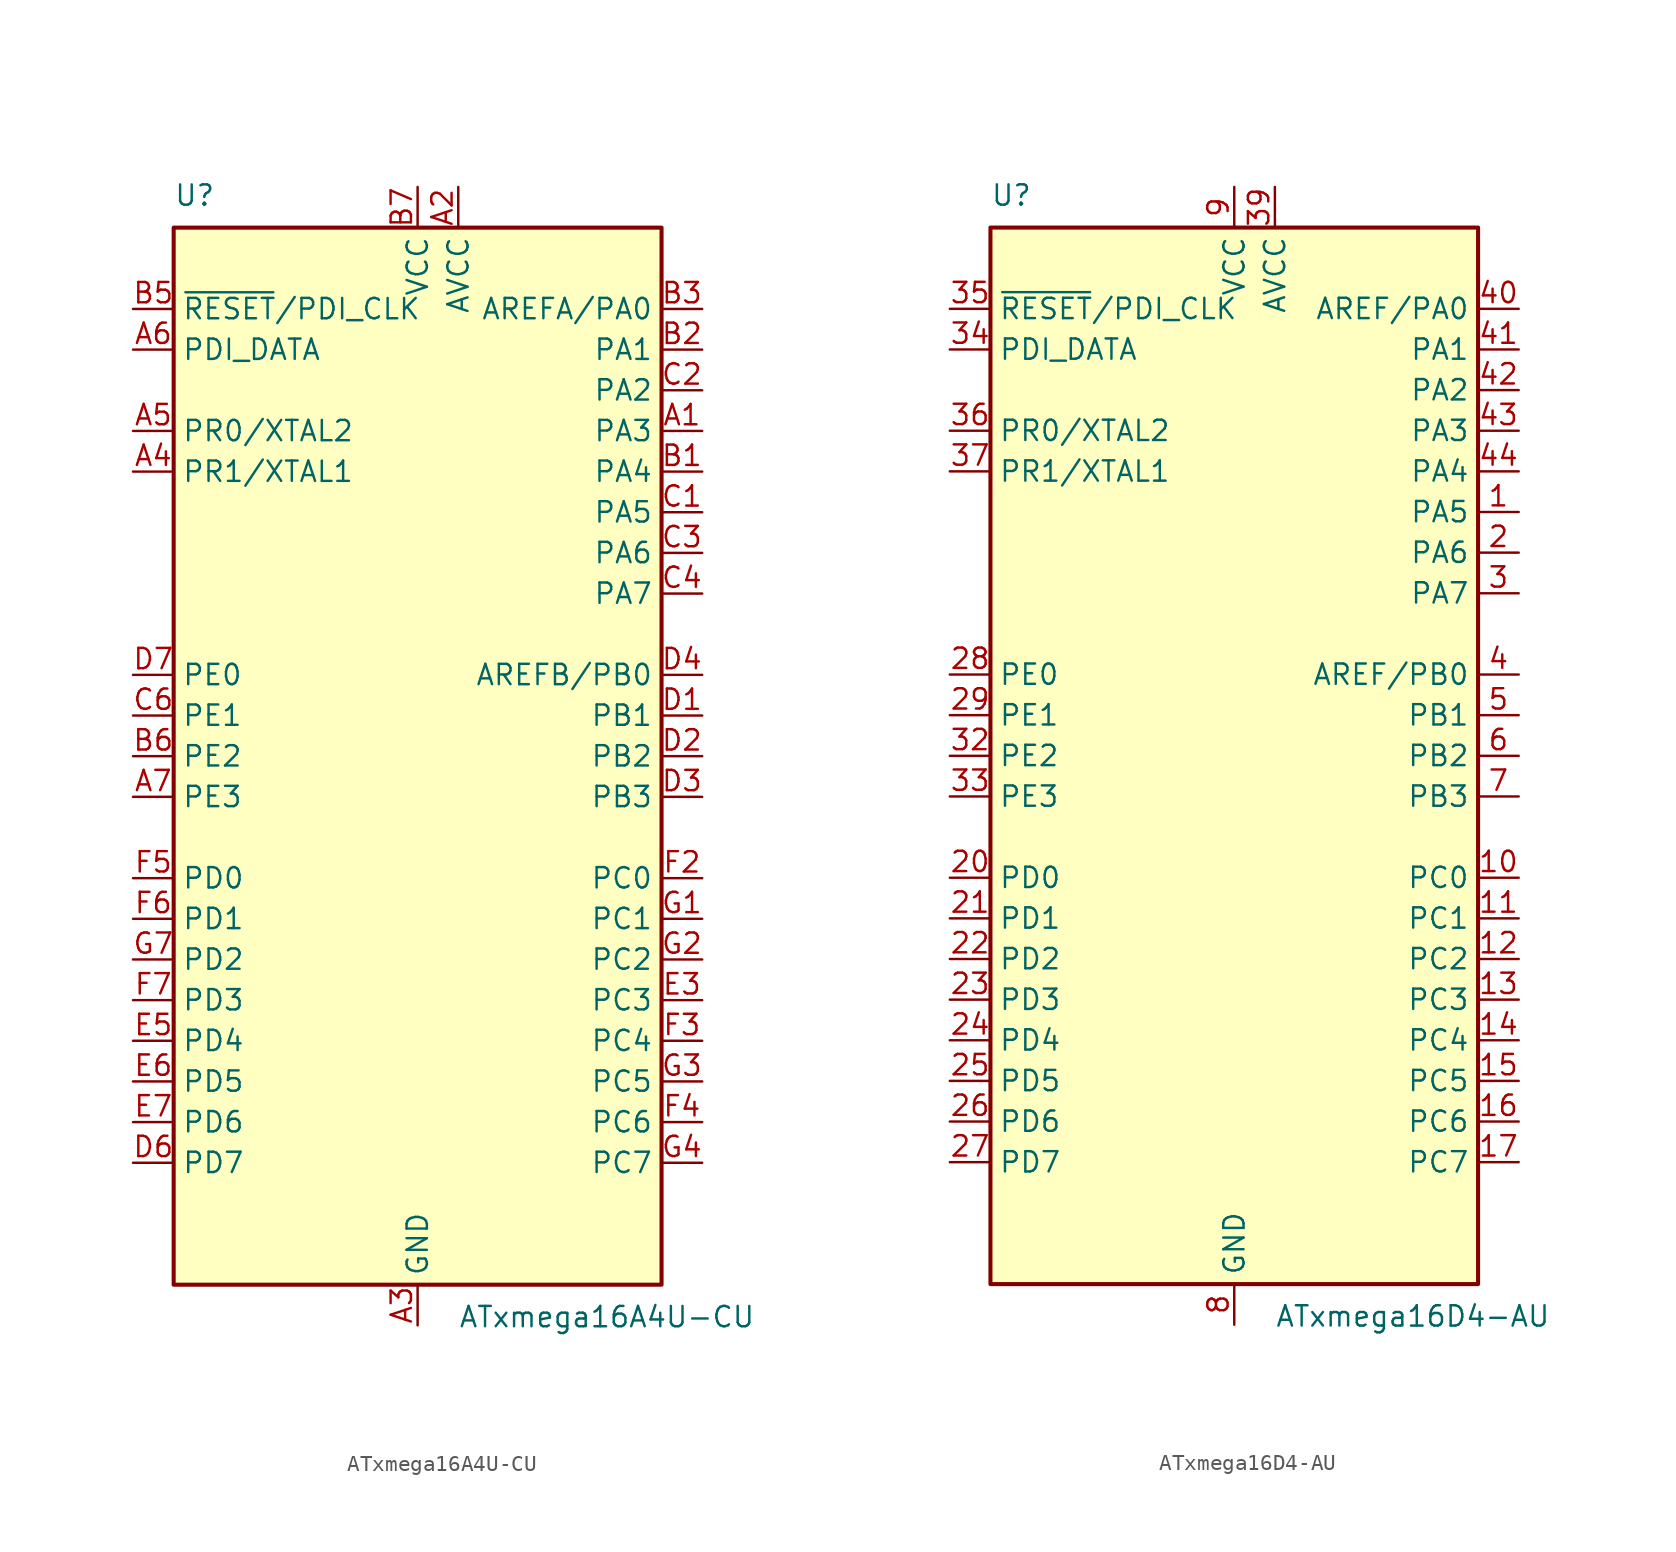
<source format=kicad_sym>
(kicad_symbol_lib
  (version 20201005)
  (generator kicad_symbol_editor)
  (symbol "ATxmega16A4U-CU"
    (property "Reference" "U"
      (at -15.24 34.29 0)
      (effects (font (size 1.27 1.27)) (justify left bottom)))
    (property "Value" "ATxmega16A4U-CU"
      (at 2.54 -34.29 0)
      (effects (font (size 1.27 1.27)) (justify left top)))
    (symbol "ATxmega16A4U-CU_0_1"
      (rectangle (start -15.24 -33.02) (end 15.24 33.02) (stroke (width 0.254)) (fill (type background))))
    (symbol "ATxmega16A4U-CU_1_1"
      (pin tri_state line (at 17.78 20.32 180) (length 2.54) (name "PA3" (effects (font (size 1.27 1.27)))) (number "A1" (effects (font (size 1.27 1.27)))))
      (pin power_in line (at 2.54 35.56 270) (length 2.54) (name "AVCC" (effects (font (size 1.27 1.27)))) (number "A2" (effects (font (size 1.27 1.27)))))
      (pin power_in line (at 0 -35.56 90) (length 2.54) (name "GND" (effects (font (size 1.27 1.27)))) (number "A3" (effects (font (size 1.27 1.27)))))
      (pin tri_state line (at -17.78 17.78 0) (length 2.54) (name "PR1/XTAL1" (effects (font (size 1.27 1.27)))) (number "A4" (effects (font (size 1.27 1.27)))))
      (pin tri_state line (at -17.78 20.32 0) (length 2.54) (name "PR0/XTAL2" (effects (font (size 1.27 1.27)))) (number "A5" (effects (font (size 1.27 1.27)))))
      (pin bidirectional line (at -17.78 25.4 0) (length 2.54) (name "PDI_DATA" (effects (font (size 1.27 1.27)))) (number "A6" (effects (font (size 1.27 1.27)))))
      (pin tri_state line (at -17.78 -2.54 0) (length 2.54) (name "PE3" (effects (font (size 1.27 1.27)))) (number "A7" (effects (font (size 1.27 1.27)))))
      (pin tri_state line (at 17.78 17.78 180) (length 2.54) (name "PA4" (effects (font (size 1.27 1.27)))) (number "B1" (effects (font (size 1.27 1.27)))))
      (pin tri_state line (at 17.78 25.4 180) (length 2.54) (name "PA1" (effects (font (size 1.27 1.27)))) (number "B2" (effects (font (size 1.27 1.27)))))
      (pin tri_state line (at 17.78 27.94 180) (length 2.54) (name "AREFA/PA0" (effects (font (size 1.27 1.27)))) (number "B3" (effects (font (size 1.27 1.27)))))
      (pin passive line (at 0 -35.56 90) (length 2.54) hide (name "GND" (effects (font (size 1.27 1.27)))) (number "B4" (effects (font (size 1.27 1.27)))))
      (pin input line (at -17.78 27.94 0) (length 2.54) (name "~RESET~/PDI_CLK" (effects (font (size 1.27 1.27)))) (number "B5" (effects (font (size 1.27 1.27)))))
      (pin tri_state line (at -17.78 0 0) (length 2.54) (name "PE2" (effects (font (size 1.27 1.27)))) (number "B6" (effects (font (size 1.27 1.27)))))
      (pin power_in line (at 0 35.56 270) (length 2.54) (name "VCC" (effects (font (size 1.27 1.27)))) (number "B7" (effects (font (size 1.27 1.27)))))
      (pin tri_state line (at 17.78 15.24 180) (length 2.54) (name "PA5" (effects (font (size 1.27 1.27)))) (number "C1" (effects (font (size 1.27 1.27)))))
      (pin tri_state line (at 17.78 22.86 180) (length 2.54) (name "PA2" (effects (font (size 1.27 1.27)))) (number "C2" (effects (font (size 1.27 1.27)))))
      (pin tri_state line (at 17.78 12.7 180) (length 2.54) (name "PA6" (effects (font (size 1.27 1.27)))) (number "C3" (effects (font (size 1.27 1.27)))))
      (pin tri_state line (at 17.78 10.16 180) (length 2.54) (name "PA7" (effects (font (size 1.27 1.27)))) (number "C4" (effects (font (size 1.27 1.27)))))
      (pin passive line (at 0 -35.56 90) (length 2.54) hide (name "GND" (effects (font (size 1.27 1.27)))) (number "C5" (effects (font (size 1.27 1.27)))))
      (pin tri_state line (at -17.78 2.54 0) (length 2.54) (name "PE1" (effects (font (size 1.27 1.27)))) (number "C6" (effects (font (size 1.27 1.27)))))
      (pin passive line (at 0 -35.56 90) (length 2.54) hide (name "GND" (effects (font (size 1.27 1.27)))) (number "C7" (effects (font (size 1.27 1.27)))))
      (pin tri_state line (at 17.78 2.54 180) (length 2.54) (name "PB1" (effects (font (size 1.27 1.27)))) (number "D1" (effects (font (size 1.27 1.27)))))
      (pin tri_state line (at 17.78 0 180) (length 2.54) (name "PB2" (effects (font (size 1.27 1.27)))) (number "D2" (effects (font (size 1.27 1.27)))))
      (pin tri_state line (at 17.78 -2.54 180) (length 2.54) (name "PB3" (effects (font (size 1.27 1.27)))) (number "D3" (effects (font (size 1.27 1.27)))))
      (pin tri_state line (at 17.78 5.08 180) (length 2.54) (name "AREFB/PB0" (effects (font (size 1.27 1.27)))) (number "D4" (effects (font (size 1.27 1.27)))))
      (pin passive line (at 0 -35.56 90) (length 2.54) hide (name "GND" (effects (font (size 1.27 1.27)))) (number "D5" (effects (font (size 1.27 1.27)))))
      (pin tri_state line (at -17.78 -25.4 0) (length 2.54) (name "PD7" (effects (font (size 1.27 1.27)))) (number "D6" (effects (font (size 1.27 1.27)))))
      (pin tri_state line (at -17.78 5.08 0) (length 2.54) (name "PE0" (effects (font (size 1.27 1.27)))) (number "D7" (effects (font (size 1.27 1.27)))))
      (pin passive line (at 0 -35.56 90) (length 2.54) hide (name "GND" (effects (font (size 1.27 1.27)))) (number "E1" (effects (font (size 1.27 1.27)))))
      (pin passive line (at 0 -35.56 90) (length 2.54) hide (name "GND" (effects (font (size 1.27 1.27)))) (number "E2" (effects (font (size 1.27 1.27)))))
      (pin tri_state line (at 17.78 -15.24 180) (length 2.54) (name "PC3" (effects (font (size 1.27 1.27)))) (number "E3" (effects (font (size 1.27 1.27)))))
      (pin passive line (at 0 -35.56 90) (length 2.54) hide (name "GND" (effects (font (size 1.27 1.27)))) (number "E4" (effects (font (size 1.27 1.27)))))
      (pin tri_state line (at -17.78 -17.78 0) (length 2.54) (name "PD4" (effects (font (size 1.27 1.27)))) (number "E5" (effects (font (size 1.27 1.27)))))
      (pin tri_state line (at -17.78 -20.32 0) (length 2.54) (name "PD5" (effects (font (size 1.27 1.27)))) (number "E6" (effects (font (size 1.27 1.27)))))
      (pin tri_state line (at -17.78 -22.86 0) (length 2.54) (name "PD6" (effects (font (size 1.27 1.27)))) (number "E7" (effects (font (size 1.27 1.27)))))
      (pin passive line (at 0 35.56 270) (length 2.54) hide (name "VCC" (effects (font (size 1.27 1.27)))) (number "F1" (effects (font (size 1.27 1.27)))))
      (pin tri_state line (at 17.78 -7.62 180) (length 2.54) (name "PC0" (effects (font (size 1.27 1.27)))) (number "F2" (effects (font (size 1.27 1.27)))))
      (pin tri_state line (at 17.78 -17.78 180) (length 2.54) (name "PC4" (effects (font (size 1.27 1.27)))) (number "F3" (effects (font (size 1.27 1.27)))))
      (pin tri_state line (at 17.78 -22.86 180) (length 2.54) (name "PC6" (effects (font (size 1.27 1.27)))) (number "F4" (effects (font (size 1.27 1.27)))))
      (pin tri_state line (at -17.78 -7.62 0) (length 2.54) (name "PD0" (effects (font (size 1.27 1.27)))) (number "F5" (effects (font (size 1.27 1.27)))))
      (pin tri_state line (at -17.78 -10.16 0) (length 2.54) (name "PD1" (effects (font (size 1.27 1.27)))) (number "F6" (effects (font (size 1.27 1.27)))))
      (pin tri_state line (at -17.78 -15.24 0) (length 2.54) (name "PD3" (effects (font (size 1.27 1.27)))) (number "F7" (effects (font (size 1.27 1.27)))))
      (pin tri_state line (at 17.78 -10.16 180) (length 2.54) (name "PC1" (effects (font (size 1.27 1.27)))) (number "G1" (effects (font (size 1.27 1.27)))))
      (pin tri_state line (at 17.78 -12.7 180) (length 2.54) (name "PC2" (effects (font (size 1.27 1.27)))) (number "G2" (effects (font (size 1.27 1.27)))))
      (pin tri_state line (at 17.78 -20.32 180) (length 2.54) (name "PC5" (effects (font (size 1.27 1.27)))) (number "G3" (effects (font (size 1.27 1.27)))))
      (pin tri_state line (at 17.78 -25.4 180) (length 2.54) (name "PC7" (effects (font (size 1.27 1.27)))) (number "G4" (effects (font (size 1.27 1.27)))))
      (pin passive line (at 0 -35.56 90) (length 2.54) hide (name "GND" (effects (font (size 1.27 1.27)))) (number "G5" (effects (font (size 1.27 1.27)))))
      (pin passive line (at 0 35.56 270) (length 2.54) hide (name "VCC" (effects (font (size 1.27 1.27)))) (number "G6" (effects (font (size 1.27 1.27)))))
      (pin tri_state line (at -17.78 -12.7 0) (length 2.54) (name "PD2" (effects (font (size 1.27 1.27)))) (number "G7" (effects (font (size 1.27 1.27)))))))
  (symbol "ATxmega16D4-AU"
    (property "Reference" "U"
      (at -15.24 34.29 0)
      (effects (font (size 1.27 1.27)) (justify left bottom)))
    (property "Value" "ATxmega16D4-AU"
      (at 2.54 -34.29 0)
      (effects (font (size 1.27 1.27)) (justify left top)))
    (symbol "ATxmega16D4-AU_0_1"
      (rectangle (start -15.24 -33.02) (end 15.24 33.02) (stroke (width 0.254)) (fill (type background))))
    (symbol "ATxmega16D4-AU_1_1"
      (pin tri_state line (at 17.78 15.24 180) (length 2.54) (name "PA5" (effects (font (size 1.27 1.27)))) (number "1" (effects (font (size 1.27 1.27)))))
      (pin tri_state line (at 17.78 -7.62 180) (length 2.54) (name "PC0" (effects (font (size 1.27 1.27)))) (number "10" (effects (font (size 1.27 1.27)))))
      (pin tri_state line (at 17.78 -10.16 180) (length 2.54) (name "PC1" (effects (font (size 1.27 1.27)))) (number "11" (effects (font (size 1.27 1.27)))))
      (pin tri_state line (at 17.78 -12.7 180) (length 2.54) (name "PC2" (effects (font (size 1.27 1.27)))) (number "12" (effects (font (size 1.27 1.27)))))
      (pin tri_state line (at 17.78 -15.24 180) (length 2.54) (name "PC3" (effects (font (size 1.27 1.27)))) (number "13" (effects (font (size 1.27 1.27)))))
      (pin tri_state line (at 17.78 -17.78 180) (length 2.54) (name "PC4" (effects (font (size 1.27 1.27)))) (number "14" (effects (font (size 1.27 1.27)))))
      (pin tri_state line (at 17.78 -20.32 180) (length 2.54) (name "PC5" (effects (font (size 1.27 1.27)))) (number "15" (effects (font (size 1.27 1.27)))))
      (pin tri_state line (at 17.78 -22.86 180) (length 2.54) (name "PC6" (effects (font (size 1.27 1.27)))) (number "16" (effects (font (size 1.27 1.27)))))
      (pin tri_state line (at 17.78 -25.4 180) (length 2.54) (name "PC7" (effects (font (size 1.27 1.27)))) (number "17" (effects (font (size 1.27 1.27)))))
      (pin passive line (at 0 -35.56 90) (length 2.54) hide (name "GND" (effects (font (size 1.27 1.27)))) (number "18" (effects (font (size 1.27 1.27)))))
      (pin passive line (at 0 35.56 270) (length 2.54) hide (name "VCC" (effects (font (size 1.27 1.27)))) (number "19" (effects (font (size 1.27 1.27)))))
      (pin tri_state line (at 17.78 12.7 180) (length 2.54) (name "PA6" (effects (font (size 1.27 1.27)))) (number "2" (effects (font (size 1.27 1.27)))))
      (pin tri_state line (at -17.78 -7.62 0) (length 2.54) (name "PD0" (effects (font (size 1.27 1.27)))) (number "20" (effects (font (size 1.27 1.27)))))
      (pin tri_state line (at -17.78 -10.16 0) (length 2.54) (name "PD1" (effects (font (size 1.27 1.27)))) (number "21" (effects (font (size 1.27 1.27)))))
      (pin tri_state line (at -17.78 -12.7 0) (length 2.54) (name "PD2" (effects (font (size 1.27 1.27)))) (number "22" (effects (font (size 1.27 1.27)))))
      (pin tri_state line (at -17.78 -15.24 0) (length 2.54) (name "PD3" (effects (font (size 1.27 1.27)))) (number "23" (effects (font (size 1.27 1.27)))))
      (pin tri_state line (at -17.78 -17.78 0) (length 2.54) (name "PD4" (effects (font (size 1.27 1.27)))) (number "24" (effects (font (size 1.27 1.27)))))
      (pin tri_state line (at -17.78 -20.32 0) (length 2.54) (name "PD5" (effects (font (size 1.27 1.27)))) (number "25" (effects (font (size 1.27 1.27)))))
      (pin tri_state line (at -17.78 -22.86 0) (length 2.54) (name "PD6" (effects (font (size 1.27 1.27)))) (number "26" (effects (font (size 1.27 1.27)))))
      (pin tri_state line (at -17.78 -25.4 0) (length 2.54) (name "PD7" (effects (font (size 1.27 1.27)))) (number "27" (effects (font (size 1.27 1.27)))))
      (pin tri_state line (at -17.78 5.08 0) (length 2.54) (name "PE0" (effects (font (size 1.27 1.27)))) (number "28" (effects (font (size 1.27 1.27)))))
      (pin tri_state line (at -17.78 2.54 0) (length 2.54) (name "PE1" (effects (font (size 1.27 1.27)))) (number "29" (effects (font (size 1.27 1.27)))))
      (pin tri_state line (at 17.78 10.16 180) (length 2.54) (name "PA7" (effects (font (size 1.27 1.27)))) (number "3" (effects (font (size 1.27 1.27)))))
      (pin passive line (at 0 -35.56 90) (length 2.54) hide (name "GND" (effects (font (size 1.27 1.27)))) (number "30" (effects (font (size 1.27 1.27)))))
      (pin passive line (at 0 35.56 270) (length 2.54) hide (name "VCC" (effects (font (size 1.27 1.27)))) (number "31" (effects (font (size 1.27 1.27)))))
      (pin tri_state line (at -17.78 0 0) (length 2.54) (name "PE2" (effects (font (size 1.27 1.27)))) (number "32" (effects (font (size 1.27 1.27)))))
      (pin tri_state line (at -17.78 -2.54 0) (length 2.54) (name "PE3" (effects (font (size 1.27 1.27)))) (number "33" (effects (font (size 1.27 1.27)))))
      (pin bidirectional line (at -17.78 25.4 0) (length 2.54) (name "PDI_DATA" (effects (font (size 1.27 1.27)))) (number "34" (effects (font (size 1.27 1.27)))))
      (pin input line (at -17.78 27.94 0) (length 2.54) (name "~RESET~/PDI_CLK" (effects (font (size 1.27 1.27)))) (number "35" (effects (font (size 1.27 1.27)))))
      (pin tri_state line (at -17.78 20.32 0) (length 2.54) (name "PR0/XTAL2" (effects (font (size 1.27 1.27)))) (number "36" (effects (font (size 1.27 1.27)))))
      (pin tri_state line (at -17.78 17.78 0) (length 2.54) (name "PR1/XTAL1" (effects (font (size 1.27 1.27)))) (number "37" (effects (font (size 1.27 1.27)))))
      (pin passive line (at 0 -35.56 90) (length 2.54) hide (name "GND" (effects (font (size 1.27 1.27)))) (number "38" (effects (font (size 1.27 1.27)))))
      (pin power_in line (at 2.54 35.56 270) (length 2.54) (name "AVCC" (effects (font (size 1.27 1.27)))) (number "39" (effects (font (size 1.27 1.27)))))
      (pin tri_state line (at 17.78 5.08 180) (length 2.54) (name "AREF/PB0" (effects (font (size 1.27 1.27)))) (number "4" (effects (font (size 1.27 1.27)))))
      (pin tri_state line (at 17.78 27.94 180) (length 2.54) (name "AREF/PA0" (effects (font (size 1.27 1.27)))) (number "40" (effects (font (size 1.27 1.27)))))
      (pin tri_state line (at 17.78 25.4 180) (length 2.54) (name "PA1" (effects (font (size 1.27 1.27)))) (number "41" (effects (font (size 1.27 1.27)))))
      (pin tri_state line (at 17.78 22.86 180) (length 2.54) (name "PA2" (effects (font (size 1.27 1.27)))) (number "42" (effects (font (size 1.27 1.27)))))
      (pin tri_state line (at 17.78 20.32 180) (length 2.54) (name "PA3" (effects (font (size 1.27 1.27)))) (number "43" (effects (font (size 1.27 1.27)))))
      (pin tri_state line (at 17.78 17.78 180) (length 2.54) (name "PA4" (effects (font (size 1.27 1.27)))) (number "44" (effects (font (size 1.27 1.27)))))
      (pin tri_state line (at 17.78 2.54 180) (length 2.54) (name "PB1" (effects (font (size 1.27 1.27)))) (number "5" (effects (font (size 1.27 1.27)))))
      (pin tri_state line (at 17.78 0 180) (length 2.54) (name "PB2" (effects (font (size 1.27 1.27)))) (number "6" (effects (font (size 1.27 1.27)))))
      (pin tri_state line (at 17.78 -2.54 180) (length 2.54) (name "PB3" (effects (font (size 1.27 1.27)))) (number "7" (effects (font (size 1.27 1.27)))))
      (pin power_in line (at 0 -35.56 90) (length 2.54) (name "GND" (effects (font (size 1.27 1.27)))) (number "8" (effects (font (size 1.27 1.27)))))
      (pin power_in line (at 0 35.56 270) (length 2.54) (name "VCC" (effects (font (size 1.27 1.27)))) (number "9" (effects (font (size 1.27 1.27))))))))
</source>
